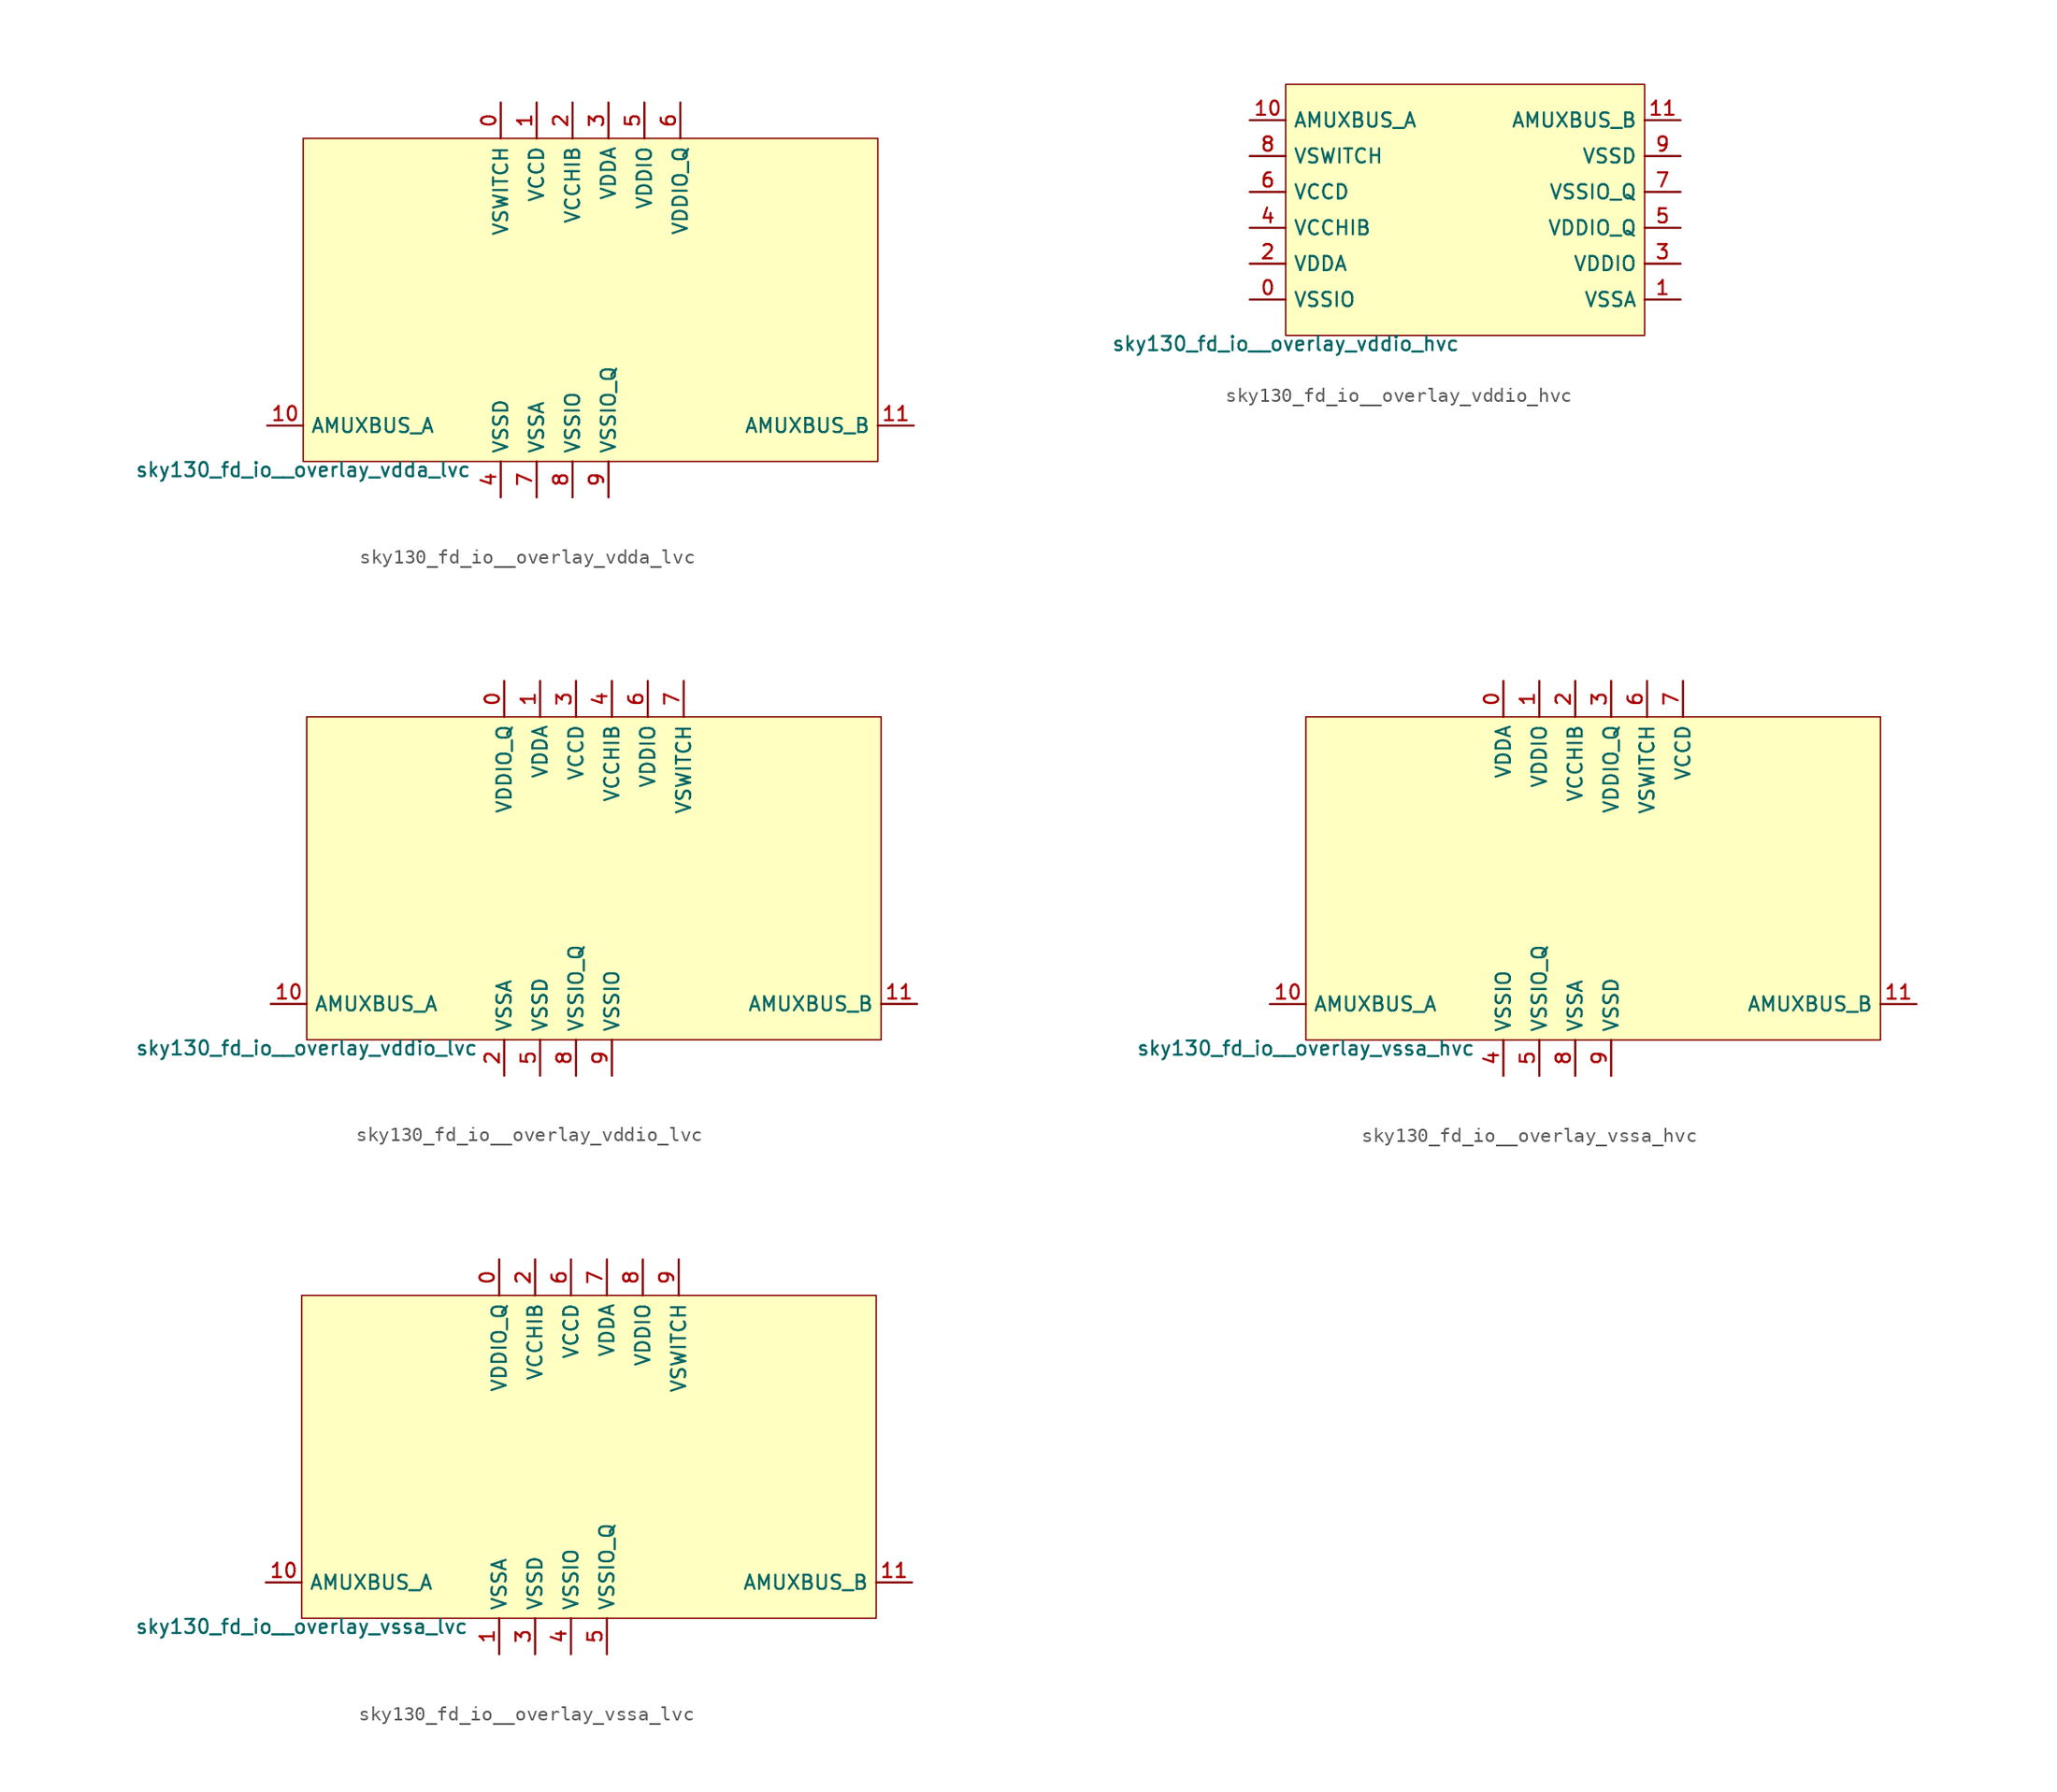
<source format=kicad_sym>
(kicad_symbol_lib
  (version 20211014)
  (generator lef2kicad_sym)
  (symbol "sky130_fd_io__overlay_vdda_lvc"
    (property "Reference" "X"
      (at 0 0 0)
      (effects (font (size 1 1)) hide))
    (property "Value" "sky130_fd_io__overlay_vdda_lvc"
      (at -20.32 -11.43 0)
      (effects (font (size 1 1)) (justify top)))
    (rectangle
      (start -20.32 -11.43)
      (end 20.32 11.43)
      (stroke (width 0.1) (type solid) (color 0 0 0 0))
      (fill (type background)))
    (pin power_in line
      (at -6.35 13.97 270)
      (length 2.54)
      (name "VSWITCH" (effects (font (size 1 1)) hide))
      (number "0" (effects (font (size 1 1)) hide)))
    (pin power_in line
      (at -3.81 13.97 270)
      (length 2.54)
      (name "VCCD" (effects (font (size 1 1)) hide))
      (number "1" (effects (font (size 1 1)) hide)))
    (pin power_in line
      (at -1.27 13.97 270)
      (length 2.54)
      (name "VCCHIB" (effects (font (size 1 1)) hide))
      (number "2" (effects (font (size 1 1)) hide)))
    (pin power_in line
      (at 1.27 13.97 270)
      (length 2.54)
      (name "VDDA" (effects (font (size 1 1)) hide))
      (number "3" (effects (font (size 1 1)) hide)))
    (pin power_in line
      (at -6.35 -13.97 90)
      (length 2.54)
      (name "VSSD" (effects (font (size 1 1)) hide))
      (number "4" (effects (font (size 1 1)) hide)))
    (pin power_in line
      (at 3.81 13.97 270)
      (length 2.54)
      (name "VDDIO" (effects (font (size 1 1)) hide))
      (number "5" (effects (font (size 1 1)) hide)))
    (pin power_in line
      (at 6.35 13.97 270)
      (length 2.54)
      (name "VDDIO_Q" (effects (font (size 1 1)) hide))
      (number "6" (effects (font (size 1 1)) hide)))
    (pin power_in line
      (at -3.81 -13.97 90)
      (length 2.54)
      (name "VSSA" (effects (font (size 1 1)) hide))
      (number "7" (effects (font (size 1 1)) hide)))
    (pin power_in line
      (at -1.27 -13.97 90)
      (length 2.54)
      (name "VSSIO" (effects (font (size 1 1)) hide))
      (number "8" (effects (font (size 1 1)) hide)))
    (pin power_in line
      (at 1.27 -13.97 90)
      (length 2.54)
      (name "VSSIO_Q" (effects (font (size 1 1)) hide))
      (number "9" (effects (font (size 1 1)) hide)))
    (pin bidirectional line
      (at -22.86 -8.89 0)
      (length 2.54)
      (name "AMUXBUS_A" (effects (font (size 1 1)) hide))
      (number "10" (effects (font (size 1 1)) hide)))
    (pin bidirectional line
      (at 22.86 -8.89 180)
      (length 2.54)
      (name "AMUXBUS_B" (effects (font (size 1 1)) hide))
      (number "11" (effects (font (size 1 1)) hide))))
  (symbol "sky130_fd_io__overlay_vddio_hvc"
    (property "Reference" "X"
      (at 0 0 0)
      (effects (font (size 1 1)) hide))
    (property "Value" "sky130_fd_io__overlay_vddio_hvc"
      (at -12.7 -8.89 0)
      (effects (font (size 1 1)) (justify top)))
    (rectangle
      (start -12.7 -8.89)
      (end 12.7 8.89)
      (stroke (width 0.1) (type solid) (color 0 0 0 0))
      (fill (type background)))
    (pin bidirectional line
      (at -15.24 -6.35 0)
      (length 2.54)
      (name "VSSIO" (effects (font (size 1 1)) hide))
      (number "0" (effects (font (size 1 1)) hide)))
    (pin bidirectional line
      (at 15.24 -6.35 180)
      (length 2.54)
      (name "VSSA" (effects (font (size 1 1)) hide))
      (number "1" (effects (font (size 1 1)) hide)))
    (pin bidirectional line
      (at -15.24 -3.81 0)
      (length 2.54)
      (name "VDDA" (effects (font (size 1 1)) hide))
      (number "2" (effects (font (size 1 1)) hide)))
    (pin bidirectional line
      (at 15.24 -3.81 180)
      (length 2.54)
      (name "VDDIO" (effects (font (size 1 1)) hide))
      (number "3" (effects (font (size 1 1)) hide)))
    (pin bidirectional line
      (at -15.24 -1.27 0)
      (length 2.54)
      (name "VCCHIB" (effects (font (size 1 1)) hide))
      (number "4" (effects (font (size 1 1)) hide)))
    (pin bidirectional line
      (at 15.24 -1.27 180)
      (length 2.54)
      (name "VDDIO_Q" (effects (font (size 1 1)) hide))
      (number "5" (effects (font (size 1 1)) hide)))
    (pin bidirectional line
      (at -15.24 1.27 0)
      (length 2.54)
      (name "VCCD" (effects (font (size 1 1)) hide))
      (number "6" (effects (font (size 1 1)) hide)))
    (pin bidirectional line
      (at 15.24 1.27 180)
      (length 2.54)
      (name "VSSIO_Q" (effects (font (size 1 1)) hide))
      (number "7" (effects (font (size 1 1)) hide)))
    (pin bidirectional line
      (at -15.24 3.81 0)
      (length 2.54)
      (name "VSWITCH" (effects (font (size 1 1)) hide))
      (number "8" (effects (font (size 1 1)) hide)))
    (pin bidirectional line
      (at 15.24 3.81 180)
      (length 2.54)
      (name "VSSD" (effects (font (size 1 1)) hide))
      (number "9" (effects (font (size 1 1)) hide)))
    (pin bidirectional line
      (at -15.24 6.35 0)
      (length 2.54)
      (name "AMUXBUS_A" (effects (font (size 1 1)) hide))
      (number "10" (effects (font (size 1 1)) hide)))
    (pin bidirectional line
      (at 15.24 6.35 180)
      (length 2.54)
      (name "AMUXBUS_B" (effects (font (size 1 1)) hide))
      (number "11" (effects (font (size 1 1)) hide))))
  (symbol "sky130_fd_io__overlay_vddio_lvc"
    (property "Reference" "X"
      (at 0 0 0)
      (effects (font (size 1 1)) hide))
    (property "Value" "sky130_fd_io__overlay_vddio_lvc"
      (at -20.32 -11.43 0)
      (effects (font (size 1 1)) (justify top)))
    (rectangle
      (start -20.32 -11.43)
      (end 20.32 11.43)
      (stroke (width 0.1) (type solid) (color 0 0 0 0))
      (fill (type background)))
    (pin power_in line
      (at -6.35 13.97 270)
      (length 2.54)
      (name "VDDIO_Q" (effects (font (size 1 1)) hide))
      (number "0" (effects (font (size 1 1)) hide)))
    (pin power_in line
      (at -3.81 13.97 270)
      (length 2.54)
      (name "VDDA" (effects (font (size 1 1)) hide))
      (number "1" (effects (font (size 1 1)) hide)))
    (pin power_in line
      (at -6.35 -13.97 90)
      (length 2.54)
      (name "VSSA" (effects (font (size 1 1)) hide))
      (number "2" (effects (font (size 1 1)) hide)))
    (pin power_in line
      (at -1.27 13.97 270)
      (length 2.54)
      (name "VCCD" (effects (font (size 1 1)) hide))
      (number "3" (effects (font (size 1 1)) hide)))
    (pin power_in line
      (at 1.27 13.97 270)
      (length 2.54)
      (name "VCCHIB" (effects (font (size 1 1)) hide))
      (number "4" (effects (font (size 1 1)) hide)))
    (pin power_in line
      (at -3.81 -13.97 90)
      (length 2.54)
      (name "VSSD" (effects (font (size 1 1)) hide))
      (number "5" (effects (font (size 1 1)) hide)))
    (pin power_in line
      (at 3.81 13.97 270)
      (length 2.54)
      (name "VDDIO" (effects (font (size 1 1)) hide))
      (number "6" (effects (font (size 1 1)) hide)))
    (pin power_in line
      (at 6.35 13.97 270)
      (length 2.54)
      (name "VSWITCH" (effects (font (size 1 1)) hide))
      (number "7" (effects (font (size 1 1)) hide)))
    (pin power_in line
      (at -1.27 -13.97 90)
      (length 2.54)
      (name "VSSIO_Q" (effects (font (size 1 1)) hide))
      (number "8" (effects (font (size 1 1)) hide)))
    (pin power_in line
      (at 1.27 -13.97 90)
      (length 2.54)
      (name "VSSIO" (effects (font (size 1 1)) hide))
      (number "9" (effects (font (size 1 1)) hide)))
    (pin bidirectional line
      (at -22.86 -8.89 0)
      (length 2.54)
      (name "AMUXBUS_A" (effects (font (size 1 1)) hide))
      (number "10" (effects (font (size 1 1)) hide)))
    (pin bidirectional line
      (at 22.86 -8.89 180)
      (length 2.54)
      (name "AMUXBUS_B" (effects (font (size 1 1)) hide))
      (number "11" (effects (font (size 1 1)) hide))))
  (symbol "sky130_fd_io__overlay_vssa_hvc"
    (property "Reference" "X"
      (at 0 0 0)
      (effects (font (size 1 1)) hide))
    (property "Value" "sky130_fd_io__overlay_vssa_hvc"
      (at -20.32 -11.43 0)
      (effects (font (size 1 1)) (justify top)))
    (rectangle
      (start -20.32 -11.43)
      (end 20.32 11.43)
      (stroke (width 0.1) (type solid) (color 0 0 0 0))
      (fill (type background)))
    (pin power_in line
      (at -6.35 13.97 270)
      (length 2.54)
      (name "VDDA" (effects (font (size 1 1)) hide))
      (number "0" (effects (font (size 1 1)) hide)))
    (pin power_in line
      (at -3.81 13.97 270)
      (length 2.54)
      (name "VDDIO" (effects (font (size 1 1)) hide))
      (number "1" (effects (font (size 1 1)) hide)))
    (pin power_in line
      (at -1.27 13.97 270)
      (length 2.54)
      (name "VCCHIB" (effects (font (size 1 1)) hide))
      (number "2" (effects (font (size 1 1)) hide)))
    (pin power_in line
      (at 1.27 13.97 270)
      (length 2.54)
      (name "VDDIO_Q" (effects (font (size 1 1)) hide))
      (number "3" (effects (font (size 1 1)) hide)))
    (pin power_in line
      (at -6.35 -13.97 90)
      (length 2.54)
      (name "VSSIO" (effects (font (size 1 1)) hide))
      (number "4" (effects (font (size 1 1)) hide)))
    (pin power_in line
      (at -3.81 -13.97 90)
      (length 2.54)
      (name "VSSIO_Q" (effects (font (size 1 1)) hide))
      (number "5" (effects (font (size 1 1)) hide)))
    (pin power_in line
      (at 3.81 13.97 270)
      (length 2.54)
      (name "VSWITCH" (effects (font (size 1 1)) hide))
      (number "6" (effects (font (size 1 1)) hide)))
    (pin power_in line
      (at 6.35 13.97 270)
      (length 2.54)
      (name "VCCD" (effects (font (size 1 1)) hide))
      (number "7" (effects (font (size 1 1)) hide)))
    (pin power_in line
      (at -1.27 -13.97 90)
      (length 2.54)
      (name "VSSA" (effects (font (size 1 1)) hide))
      (number "8" (effects (font (size 1 1)) hide)))
    (pin power_in line
      (at 1.27 -13.97 90)
      (length 2.54)
      (name "VSSD" (effects (font (size 1 1)) hide))
      (number "9" (effects (font (size 1 1)) hide)))
    (pin bidirectional line
      (at -22.86 -8.89 0)
      (length 2.54)
      (name "AMUXBUS_A" (effects (font (size 1 1)) hide))
      (number "10" (effects (font (size 1 1)) hide)))
    (pin bidirectional line
      (at 22.86 -8.89 180)
      (length 2.54)
      (name "AMUXBUS_B" (effects (font (size 1 1)) hide))
      (number "11" (effects (font (size 1 1)) hide))))
  (symbol "sky130_fd_io__overlay_vssa_lvc"
    (property "Reference" "X"
      (at 0 0 0)
      (effects (font (size 1 1)) hide))
    (property "Value" "sky130_fd_io__overlay_vssa_lvc"
      (at -20.32 -11.43 0)
      (effects (font (size 1 1)) (justify top)))
    (rectangle
      (start -20.32 -11.43)
      (end 20.32 11.43)
      (stroke (width 0.1) (type solid) (color 0 0 0 0))
      (fill (type background)))
    (pin power_in line
      (at -6.35 13.97 270)
      (length 2.54)
      (name "VDDIO_Q" (effects (font (size 1 1)) hide))
      (number "0" (effects (font (size 1 1)) hide)))
    (pin power_in line
      (at -6.35 -13.97 90)
      (length 2.54)
      (name "VSSA" (effects (font (size 1 1)) hide))
      (number "1" (effects (font (size 1 1)) hide)))
    (pin power_in line
      (at -3.81 13.97 270)
      (length 2.54)
      (name "VCCHIB" (effects (font (size 1 1)) hide))
      (number "2" (effects (font (size 1 1)) hide)))
    (pin power_in line
      (at -3.81 -13.97 90)
      (length 2.54)
      (name "VSSD" (effects (font (size 1 1)) hide))
      (number "3" (effects (font (size 1 1)) hide)))
    (pin power_in line
      (at -1.27 -13.97 90)
      (length 2.54)
      (name "VSSIO" (effects (font (size 1 1)) hide))
      (number "4" (effects (font (size 1 1)) hide)))
    (pin power_in line
      (at 1.27 -13.97 90)
      (length 2.54)
      (name "VSSIO_Q" (effects (font (size 1 1)) hide))
      (number "5" (effects (font (size 1 1)) hide)))
    (pin power_in line
      (at -1.27 13.97 270)
      (length 2.54)
      (name "VCCD" (effects (font (size 1 1)) hide))
      (number "6" (effects (font (size 1 1)) hide)))
    (pin power_in line
      (at 1.27 13.97 270)
      (length 2.54)
      (name "VDDA" (effects (font (size 1 1)) hide))
      (number "7" (effects (font (size 1 1)) hide)))
    (pin power_in line
      (at 3.81 13.97 270)
      (length 2.54)
      (name "VDDIO" (effects (font (size 1 1)) hide))
      (number "8" (effects (font (size 1 1)) hide)))
    (pin power_in line
      (at 6.35 13.97 270)
      (length 2.54)
      (name "VSWITCH" (effects (font (size 1 1)) hide))
      (number "9" (effects (font (size 1 1)) hide)))
    (pin bidirectional line
      (at -22.86 -8.89 0)
      (length 2.54)
      (name "AMUXBUS_A" (effects (font (size 1 1)) hide))
      (number "10" (effects (font (size 1 1)) hide)))
    (pin bidirectional line
      (at 22.86 -8.89 180)
      (length 2.54)
      (name "AMUXBUS_B" (effects (font (size 1 1)) hide))
      (number "11" (effects (font (size 1 1)) hide)))))
</source>
